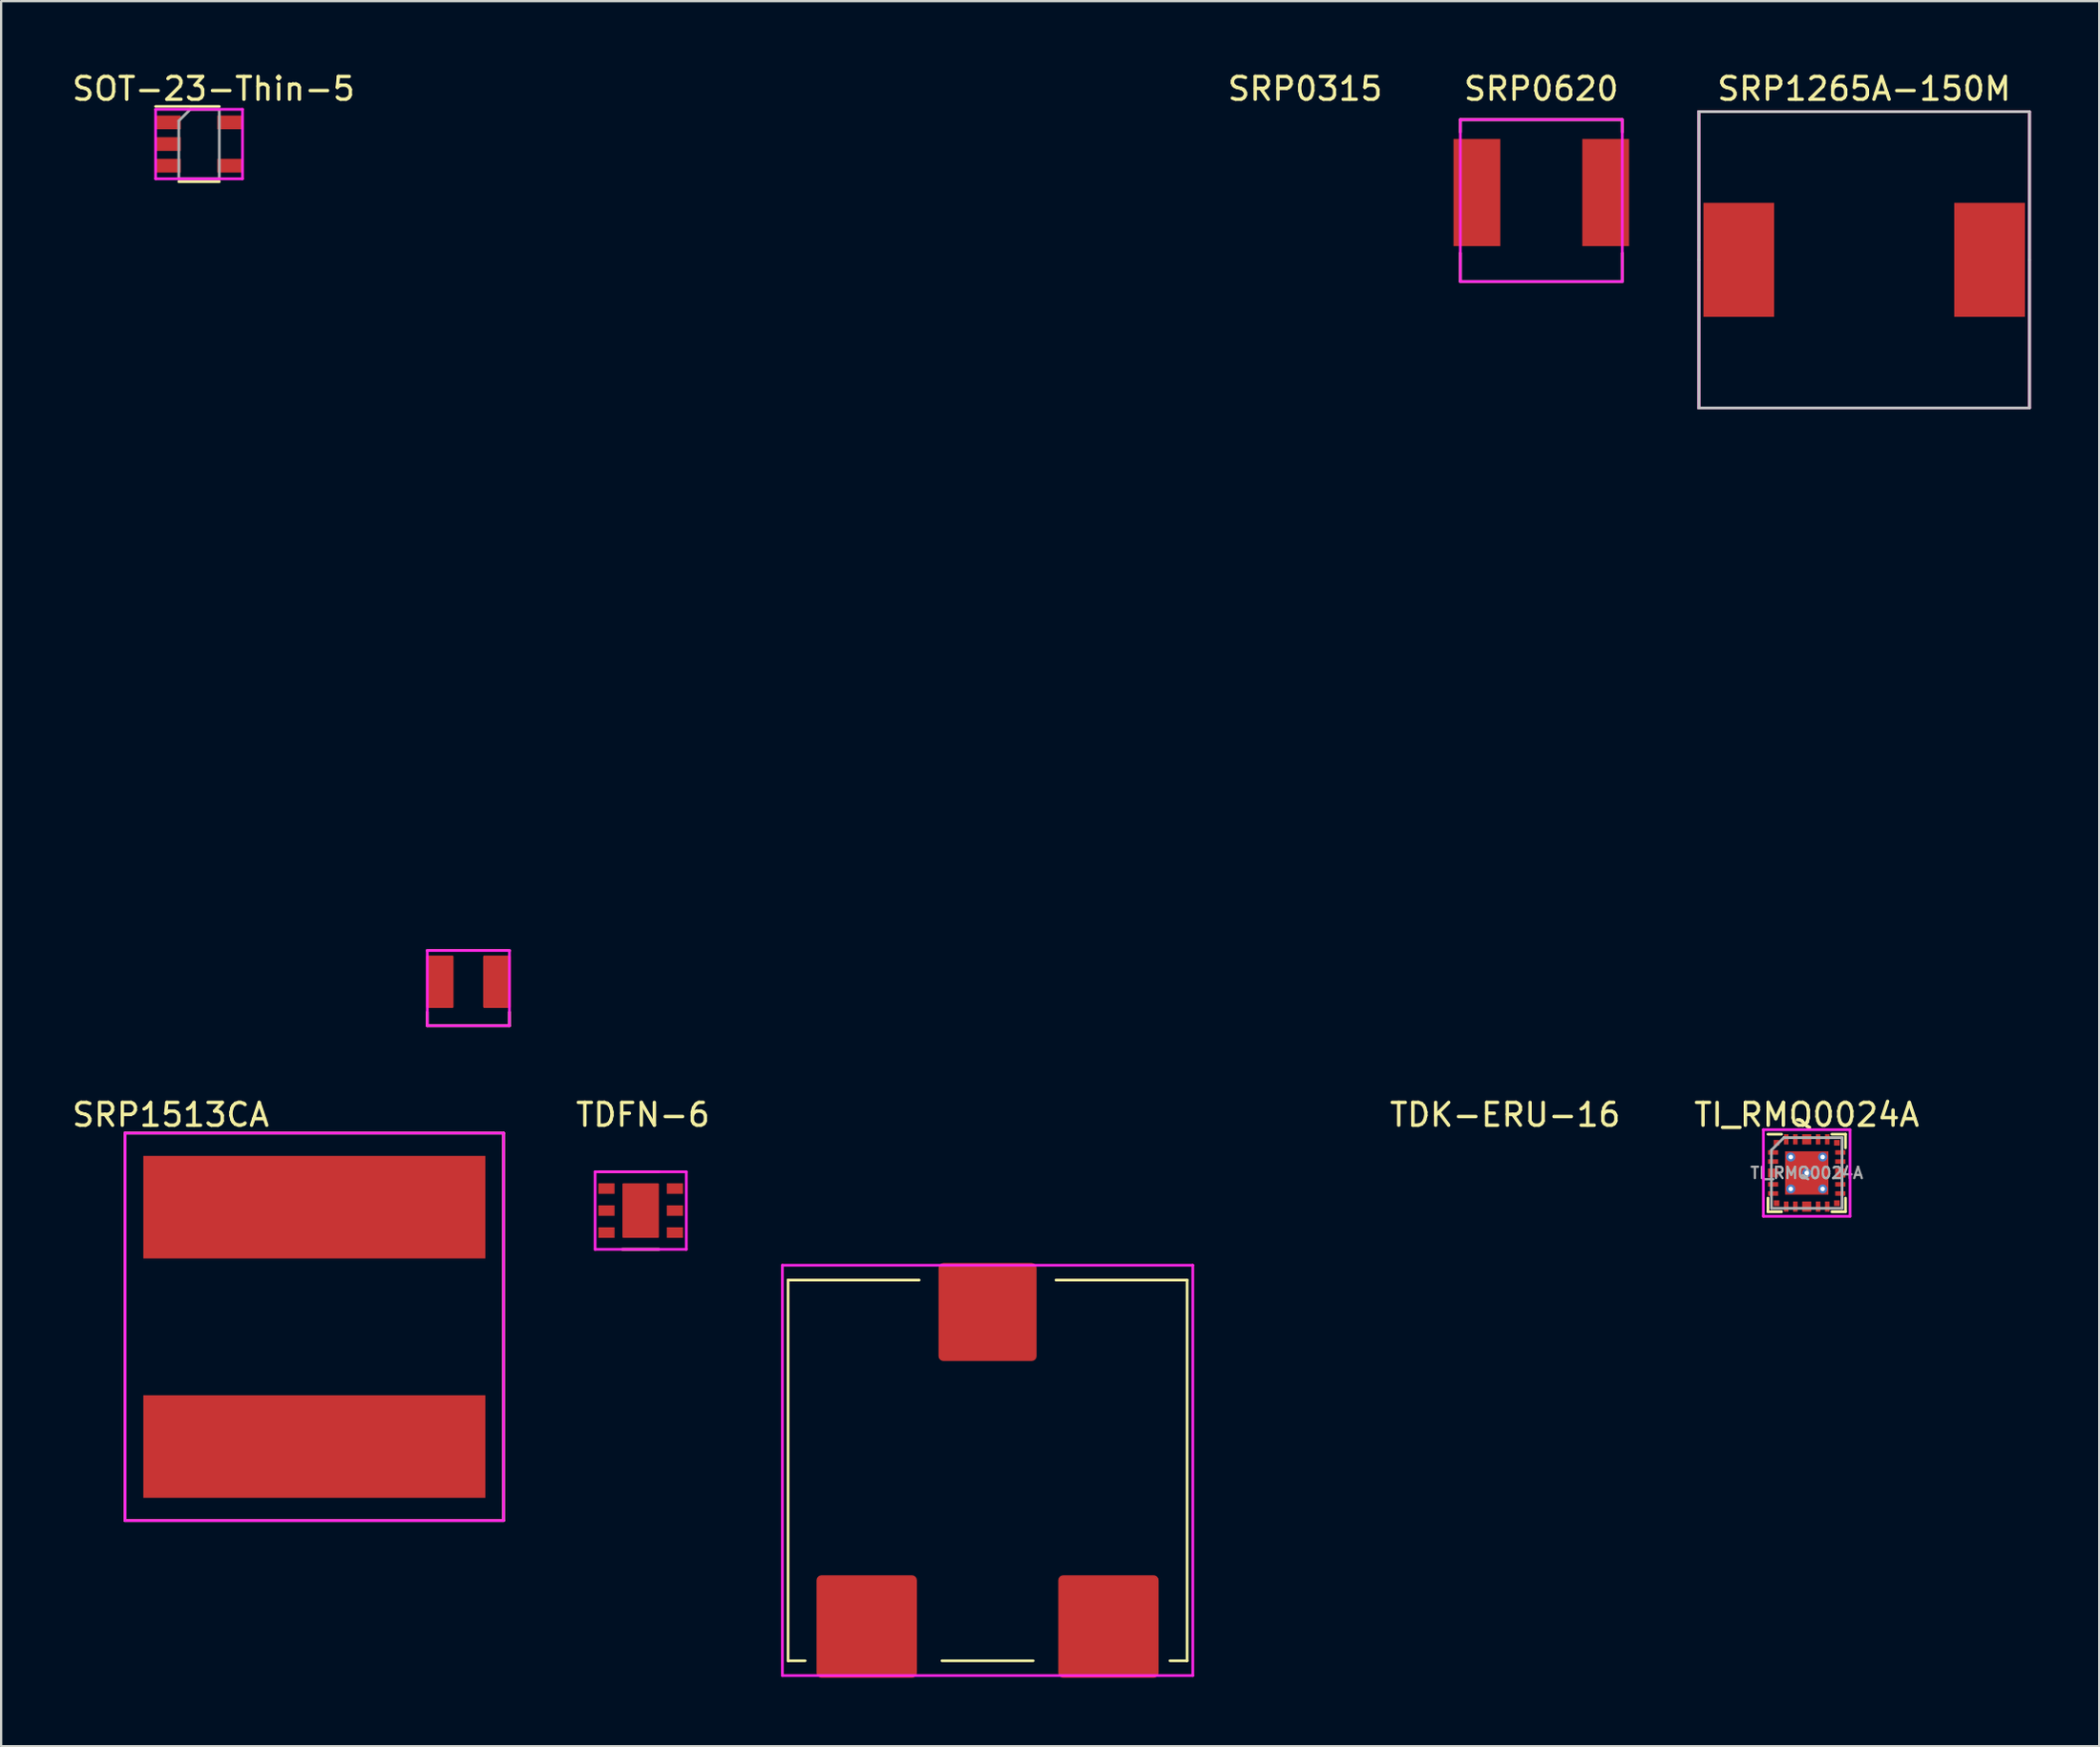
<source format=kicad_pcb>
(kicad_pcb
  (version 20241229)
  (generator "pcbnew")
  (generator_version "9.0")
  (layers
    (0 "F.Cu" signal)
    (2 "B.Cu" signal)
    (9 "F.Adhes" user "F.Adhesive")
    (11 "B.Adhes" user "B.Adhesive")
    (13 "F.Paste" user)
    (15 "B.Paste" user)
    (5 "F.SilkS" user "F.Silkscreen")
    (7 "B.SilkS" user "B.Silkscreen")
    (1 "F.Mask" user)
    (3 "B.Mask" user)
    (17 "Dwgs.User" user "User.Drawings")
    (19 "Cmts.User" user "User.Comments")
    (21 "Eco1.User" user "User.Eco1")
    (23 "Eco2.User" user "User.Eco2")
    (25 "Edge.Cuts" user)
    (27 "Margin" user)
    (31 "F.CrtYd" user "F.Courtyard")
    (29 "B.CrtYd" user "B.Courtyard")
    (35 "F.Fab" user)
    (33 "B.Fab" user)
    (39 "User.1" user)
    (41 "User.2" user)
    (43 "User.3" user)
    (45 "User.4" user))
  (footprint "SOT-23-Thin-5"
    (layer "F.Cu")
    (at 5.68 3.269)
    (property "Reference" "SOT-23-Thin-5" (at 0.635 -2.421 0) (layer "F.SilkS") (effects (font (size 1 1) (thickness 0.15))))
    (attr through_hole)
    (fp_line (start 0.889 -1.651) (end -1.905 -1.651) (stroke (width 0.12) (type solid)) (layer "F.SilkS"))
    (fp_line (start 0.889 1.651) (end -0.889 1.651) (stroke (width 0.12) (type solid)) (layer "F.SilkS"))
    (fp_line (start -1.905 -1.524) (end -1.905 1.524) (stroke (width 0.12) (type solid)) (layer "F.CrtYd"))
    (fp_line (start -1.905 1.524) (end 1.905 1.524) (stroke (width 0.12) (type solid)) (layer "F.CrtYd"))
    (fp_line (start 1.905 -1.524) (end -1.905 -1.524) (stroke (width 0.12) (type solid)) (layer "F.CrtYd"))
    (fp_line (start 1.905 1.524) (end 1.905 -1.524) (stroke (width 0.12) (type solid)) (layer "F.CrtYd"))
    (fp_line (start -0.889 -1.016) (end -0.381 -1.524) (stroke (width 0.12) (type solid)) (layer "F.Fab"))
    (fp_line (start -0.889 1.524) (end -0.889 -1.016) (stroke (width 0.12) (type solid)) (layer "F.Fab"))
    (fp_line (start -0.889 1.524) (end 0.889 1.524) (stroke (width 0.12) (type solid)) (layer "F.Fab"))
    (fp_line (start -0.381 -1.524) (end 0.889 -1.524) (stroke (width 0.12) (type solid)) (layer "F.Fab"))
    (fp_line (start 0.889 1.524) (end 0.889 -1.524) (stroke (width 0.12) (type solid)) (layer "F.Fab"))
    (pad "1" smd rect (at -1.35 -0.95) (size 1.1 0.6) (layers "F.Cu" "F.Mask" "F.Paste"))
    (pad "2" smd rect (at -1.35 0) (size 1.1 0.6) (layers "F.Cu" "F.Mask" "F.Paste"))
    (pad "3" smd rect (at -1.35 0.95) (size 1.1 0.6) (layers "F.Cu" "F.Mask" "F.Paste"))
    (pad "4" smd rect (at 1.35 0.95) (size 1.1 0.6) (layers "F.Cu" "F.Mask" "F.Paste"))
    (pad "5" smd rect (at 1.35 -0.95) (size 1.1 0.6) (layers "F.Cu" "F.Mask" "F.Paste")))
  (footprint "SRP0315"
    (layer "F.Cu")
    (at 17.491 40.248)
    (property "Reference" "SRP0315" (at 36.7 -39.4 0) (unlocked yes) (layer "F.SilkS") (effects (font (size 1 1) (thickness 0.15))))
    (attr smd)
    (fp_line (start -1.8 -1.6) (end 1.8 -1.6) (stroke (width 0.12) (type default)) (layer "F.SilkS"))
    (fp_line (start -1.8 1.7) (end -1.8 1.1) (stroke (width 0.12) (type default)) (layer "F.SilkS"))
    (fp_line (start 1.8 1.1) (end 1.8 1.7) (stroke (width 0.12) (type default)) (layer "F.SilkS"))
    (fp_line (start 1.8 1.7) (end -1.8 1.7) (stroke (width 0.12) (type default)) (layer "F.SilkS"))
    (fp_line (start -1.8 -1.6) (end -1.8 1.7) (stroke (width 0.12) (type default)) (layer "F.CrtYd"))
    (fp_line (start -1.8 1.7) (end 1.8 1.7) (stroke (width 0.12) (type default)) (layer "F.CrtYd"))
    (fp_line (start 1.8 -1.6) (end -1.8 -1.6) (stroke (width 0.12) (type default)) (layer "F.CrtYd"))
    (fp_line (start 1.8 1.7) (end 1.8 -1.6) (stroke (width 0.12) (type default)) (layer "F.CrtYd"))
    (pad "1" smd roundrect (at -1.25 -0.23) (size 1.2 2.3) (layers "F.Cu" "F.Mask" "F.Paste") (roundrect_rratio 0.042))
    (pad "2" smd roundrect (at 1.25 -0.23) (size 1.2 2.3) (layers "F.Cu" "F.Mask" "F.Paste") (roundrect_rratio 0.042)))
  (footprint "SRP1513CA"
    (layer "F.Cu")
    (at 10.735 55.157)
    (property "Reference" "SRP1513CA" (at -6.3 -9.3 0) (unlocked yes) (layer "F.SilkS") (effects (font (size 1 1) (thickness 0.15))))
    (attr smd)
    (fp_line (start -8.3 -8.5) (end -8.3 8.5) (stroke (width 0.12) (type solid)) (layer "F.SilkS"))
    (fp_line (start -8.3 8.5) (end 8.3 8.5) (stroke (width 0.12) (type solid)) (layer "F.SilkS"))
    (fp_line (start 8.3 -8.5) (end -8.3 -8.5) (stroke (width 0.12) (type solid)) (layer "F.SilkS"))
    (fp_line (start 8.3 8.5) (end 8.3 -8.5) (stroke (width 0.12) (type solid)) (layer "F.SilkS"))
    (fp_line (start -8.3 -8.5) (end -8.3 8.5) (stroke (width 0.12) (type solid)) (layer "F.CrtYd"))
    (fp_line (start -8.3 8.5) (end 8.3 8.5) (stroke (width 0.12) (type solid)) (layer "F.CrtYd"))
    (fp_line (start 8.3 -8.5) (end -8.3 -8.5) (stroke (width 0.12) (type solid)) (layer "F.CrtYd"))
    (fp_line (start 8.3 8.5) (end 8.3 -8.5) (stroke (width 0.12) (type solid)) (layer "F.CrtYd"))
    (pad "1" smd rect (at 0 -5.25) (size 15 4.5) (layers "F.Cu" "F.Mask" "F.Paste"))
    (pad "2" smd rect (at 0 5.25) (size 15 4.5) (layers "F.Cu" "F.Mask" "F.Paste")))
  (footprint "SRP0620"
    (layer "F.Cu")
    (at 64.547 5.398)
    (property "Reference" "SRP0620" (at 0 -4.55 0) (unlocked yes) (layer "F.SilkS") (effects (font (size 1 1) (thickness 0.15))))
    (attr smd)
    (fp_line (start -3.55 -3.2) (end -3.55 -2.65) (stroke (width 0.12) (type solid)) (layer "F.SilkS"))
    (fp_line (start -3.55 2.65) (end -3.55 3.9) (stroke (width 0.12) (type solid)) (layer "F.SilkS"))
    (fp_line (start -3.55 3.9) (end 3.55 3.9) (stroke (width 0.12) (type solid)) (layer "F.SilkS"))
    (fp_line (start 3.55 -3.2) (end -3.55 -3.2) (stroke (width 0.12) (type solid)) (layer "F.SilkS"))
    (fp_line (start 3.55 -3.2) (end 3.55 -2.65) (stroke (width 0.12) (type solid)) (layer "F.SilkS"))
    (fp_line (start 3.55 3.9) (end 3.55 2.65) (stroke (width 0.12) (type solid)) (layer "F.SilkS"))
    (fp_line (start -3.55 -3.2) (end 3.55 -3.2) (stroke (width 0.12) (type solid)) (layer "F.CrtYd"))
    (fp_line (start -3.55 3.9) (end -3.55 -3.2) (stroke (width 0.12) (type solid)) (layer "F.CrtYd"))
    (fp_line (start 3.55 -3.2) (end 3.55 3.9) (stroke (width 0.12) (type solid)) (layer "F.CrtYd"))
    (fp_line (start 3.55 3.9) (end -3.55 3.9) (stroke (width 0.12) (type solid)) (layer "F.CrtYd"))
    (pad "1" smd rect (at 2.825 0) (size 2.05 4.7) (layers "F.Cu" "F.Mask" "F.Paste"))
    (pad "2" smd rect (at -2.825 0) (size 2.05 4.7) (layers "F.Cu" "F.Mask" "F.Paste")))
  (footprint "SRP1265A-150M"
    (layer "F.Cu")
    (at 78.707 8.348)
    (property "Reference" "SRP1265A-150M" (at 0 -7.5 0) (layer "F.SilkS") (effects (font (size 1 1) (thickness 0.15))))
    (attr through_hole)
    (fp_line (start -7.25 -6.5) (end -7.25 6.5) (stroke (width 0.12) (type solid)) (layer "F.SilkS"))
    (fp_line (start -7.25 6.5) (end 7.25 6.5) (stroke (width 0.12) (type solid)) (layer "F.SilkS"))
    (fp_line (start 7.25 -6.5) (end -7.25 -6.5) (stroke (width 0.12) (type solid)) (layer "F.SilkS"))
    (fp_line (start 7.25 6.5) (end 7.25 -6.5) (stroke (width 0.12) (type solid)) (layer "F.SilkS"))
    (fp_line (start -7.25 -6.5) (end 7.25 -6.5) (stroke (width 0.12) (type solid)) (layer "Dwgs.User"))
    (fp_line (start -7.25 0) (end -7.25 -6.5) (stroke (width 0.12) (type solid)) (layer "Dwgs.User"))
    (fp_line (start -7.25 6.5) (end -7.25 0) (stroke (width 0.12) (type solid)) (layer "Dwgs.User"))
    (fp_line (start 7.25 0) (end 7.25 -6.5) (stroke (width 0.12) (type solid)) (layer "Dwgs.User"))
    (fp_line (start 7.25 0) (end 7.25 6.5) (stroke (width 0.12) (type solid)) (layer "Dwgs.User"))
    (fp_line (start 7.25 6.5) (end -7.25 6.5) (stroke (width 0.12) (type solid)) (layer "Dwgs.User"))
    (fp_line (start -7.25 -6.5) (end -7.25 6.5) (stroke (width 0.12) (type solid)) (layer "F.CrtYd"))
    (fp_line (start -7.25 6.5) (end 7.25 6.5) (stroke (width 0.12) (type solid)) (layer "F.CrtYd"))
    (fp_line (start 7.25 -6.5) (end -7.25 -6.5) (stroke (width 0.12) (type solid)) (layer "F.CrtYd"))
    (fp_line (start 7.25 6.5) (end 7.25 -6.5) (stroke (width 0.12) (type solid)) (layer "F.CrtYd"))
    (fp_line (start -7.25 -6.5) (end -7.25 6.5) (stroke (width 0.12) (type solid)) (layer "F.Fab"))
    (fp_line (start -7.25 6.5) (end 7.25 6.5) (stroke (width 0.12) (type solid)) (layer "F.Fab"))
    (fp_line (start 7.25 -6.5) (end -7.25 -6.5) (stroke (width 0.12) (type solid)) (layer "F.Fab"))
    (fp_line (start 7.25 6.5) (end 7.25 -6.5) (stroke (width 0.12) (type solid)) (layer "F.Fab"))
    (pad "1" smd rect (at -5.5 0) (size 3.1 5) (layers "F.Cu" "F.Mask" "F.Paste"))
    (pad "2" smd rect (at 5.5 0) (size 3.1 5) (layers "F.Cu" "F.Mask" "F.Paste")))
  (footprint "TDK-ERU-16"
    (layer "F.Cu")
    (at 40.262 61.456)
    (property "Reference" "TDK-ERU-16" (at 22.7 -15.6 0) (unlocked yes) (layer "F.SilkS") (effects (font (size 1 1) (thickness 0.15))))
    (attr smd)
    (fp_line (start -8.75 -8.35) (end -3 -8.35) (stroke (width 0.12) (type default)) (layer "F.SilkS"))
    (fp_line (start -8.75 8.35) (end -8.75 -8.35) (stroke (width 0.12) (type default)) (layer "F.SilkS"))
    (fp_line (start -8 8.35) (end -8.75 8.35) (stroke (width 0.12) (type default)) (layer "F.SilkS"))
    (fp_line (start 2 8.35) (end -2 8.35) (stroke (width 0.12) (type default)) (layer "F.SilkS"))
    (fp_line (start 3 -8.35) (end 8.75 -8.35) (stroke (width 0.12) (type default)) (layer "F.SilkS"))
    (fp_line (start 8.75 -8.35) (end 8.75 8.35) (stroke (width 0.12) (type default)) (layer "F.SilkS"))
    (fp_line (start 8.75 8.35) (end 8 8.35) (stroke (width 0.12) (type default)) (layer "F.SilkS"))
    (fp_line (start -9 -9) (end 9 -9) (stroke (width 0.12) (type default)) (layer "F.CrtYd"))
    (fp_line (start -9 9) (end -9 -9) (stroke (width 0.12) (type default)) (layer "F.CrtYd"))
    (fp_line (start 9 -9) (end 9 9) (stroke (width 0.12) (type default)) (layer "F.CrtYd"))
    (fp_line (start 9 9) (end -9 9) (stroke (width 0.12) (type default)) (layer "F.CrtYd"))
    (pad "1" smd roundrect (at -5.3 6.85) (size 4.4 4.5) (layers "F.Cu" "F.Mask" "F.Paste") (roundrect_rratio 0.05))
    (pad "2" smd roundrect (at 5.3 6.85) (size 4.4 4.5) (layers "F.Cu" "F.Mask" "F.Paste") (roundrect_rratio 0.05))
    (pad "3" smd roundrect (at 0 -6.95) (size 4.3 4.3) (layers "F.Cu" "F.Mask" "F.Paste") (roundrect_rratio 0.05)))
  (footprint "TDFN-6"
    (layer "F.Cu")
    (at 25.048 50.056)
    (property "Reference" "TDFN-6" (at 0.1 -4.2 0) (unlocked yes) (layer "F.SilkS") (effects (font (size 1 1) (thickness 0.15))))
    (attr smd)
    (fp_line (start 0.8 -1.7) (end -1.8 -1.7) (stroke (width 0.12) (type default)) (layer "F.SilkS"))
    (fp_line (start 0.8 1.7) (end -0.8 1.7) (stroke (width 0.12) (type default)) (layer "F.SilkS"))
    (fp_line (start -2 -1.7) (end 2 -1.7) (stroke (width 0.12) (type default)) (layer "F.CrtYd"))
    (fp_line (start -2 1.7) (end -2 -1.7) (stroke (width 0.12) (type default)) (layer "F.CrtYd"))
    (fp_line (start 2 -1.7) (end 2 1.7) (stroke (width 0.12) (type default)) (layer "F.CrtYd"))
    (fp_line (start 2 1.7) (end -2 1.7) (stroke (width 0.12) (type default)) (layer "F.CrtYd"))
    (pad "1" smd roundrect (at -1.5 -0.965) (size 0.71 0.46) (layers "F.Cu" "F.Mask" "F.Paste") (roundrect_rratio 0.024))
    (pad "2" smd roundrect (at -1.5 0) (size 0.71 0.46) (layers "F.Cu" "F.Mask" "F.Paste") (roundrect_rratio 0.024))
    (pad "3" smd roundrect (at -1.5 0.965) (size 0.71 0.46) (layers "F.Cu" "F.Mask" "F.Paste") (roundrect_rratio 0.024))
    (pad "4" smd roundrect (at 1.5 0.965) (size 0.71 0.46) (layers "F.Cu" "F.Mask" "F.Paste") (roundrect_rratio 0.024))
    (pad "5" smd roundrect (at 1.5 0) (size 0.71 0.46) (layers "F.Cu" "F.Mask" "F.Paste") (roundrect_rratio 0.024))
    (pad "6" smd roundrect (at 1.5 -0.965) (size 0.71 0.46) (layers "F.Cu" "F.Mask" "F.Paste") (roundrect_rratio 0.024))
    (pad "7" smd roundrect (at 0 0) (size 1.6 2.39) (layers "F.Cu" "F.Mask" "F.Paste") (roundrect_rratio 0.024)))
  (footprint "TI_RMQ0024A"
    (layer "F.Cu")
    (at 76.188 48.407)
    (property "Reference" "TI_RMQ0024A" (at 0 -2.55 0) (layer "F.SilkS") (effects (font (size 1 1) (thickness 0.15))))
    (attr smd)
    (fp_line (start -1.7 1.7) (end -1.7 1.1) (stroke (width 0.12) (type solid)) (layer "F.SilkS"))
    (fp_line (start -1.1 -1.7) (end -1.7 -1.7) (stroke (width 0.12) (type solid)) (layer "F.SilkS"))
    (fp_line (start -1.1 1.7) (end -1.7 1.7) (stroke (width 0.12) (type solid)) (layer "F.SilkS"))
    (fp_line (start 1.1 -1.7) (end 1.7 -1.7) (stroke (width 0.12) (type solid)) (layer "F.SilkS"))
    (fp_line (start 1.7 -1.7) (end 1.7 -1.1) (stroke (width 0.12) (type solid)) (layer "F.SilkS"))
    (fp_line (start 1.7 1.1) (end 1.7 1.7) (stroke (width 0.12) (type solid)) (layer "F.SilkS"))
    (fp_line (start 1.7 1.7) (end 1.1 1.7) (stroke (width 0.12) (type solid)) (layer "F.SilkS"))
    (fp_line (start -1.9 -1.9) (end 1.9 -1.9) (stroke (width 0.12) (type solid)) (layer "F.CrtYd"))
    (fp_line (start -1.9 1.9) (end -1.9 -1.9) (stroke (width 0.12) (type solid)) (layer "F.CrtYd"))
    (fp_line (start 1.9 -1.9) (end 1.9 1.9) (stroke (width 0.12) (type solid)) (layer "F.CrtYd"))
    (fp_line (start 1.9 1.9) (end -1.9 1.9) (stroke (width 0.12) (type solid)) (layer "F.CrtYd"))
    (fp_line (start -1.55 -1) (end -1 -1.55) (stroke (width 0.12) (type solid)) (layer "F.Fab"))
    (fp_line (start -1.55 1.55) (end -1.55 -1) (stroke (width 0.12) (type solid)) (layer "F.Fab"))
    (fp_line (start -1 -1.55) (end 1.55 -1.55) (stroke (width 0.12) (type solid)) (layer "F.Fab"))
    (fp_line (start 1.55 -1.55) (end 1.55 1.55) (stroke (width 0.12) (type solid)) (layer "F.Fab"))
    (fp_line (start 1.55 1.55) (end -1.55 1.55) (stroke (width 0.12) (type solid)) (layer "F.Fab"))
    (fp_text user "${REFERENCE}" (at 0 0 0) (layer "F.Fab") (effects (font (size 0.5 0.5) (thickness 0.1))))
    (pad "" smd rect (at 0 0) (size 1.71 1.71) (layers "F.Cu" "F.Paste"))
    (pad "1" smd rect (at -1.475 -0.9) (size 0.45 0.2) (layers "F.Cu" "F.Mask" "F.Paste"))
    (pad "2" smd rect (at -1.475 -0.5) (size 0.45 0.2) (layers "F.Cu" "F.Mask" "F.Paste"))
    (pad "3" smd rect (at -1.475 0 270) (size 0.4 0.45) (layers "F.Cu" "F.Mask" "F.Paste"))
    (pad "4" smd rect (at -1.475 0.5) (size 0.45 0.2) (layers "F.Cu" "F.Mask" "F.Paste"))
    (pad "5" smd rect (at -1.475 0.9) (size 0.45 0.2) (layers "F.Cu" "F.Mask" "F.Paste"))
    (pad "6" smd rect (at -1.325 1.325) (size 0.25 0.25) (layers "F.Cu" "F.Mask" "F.Paste"))
    (pad "7" smd rect (at -0.9 1.475 270) (size 0.45 0.2) (layers "F.Cu" "F.Mask" "F.Paste"))
    (pad "8" smd rect (at -0.5 1.475 270) (size 0.45 0.2) (layers "F.Cu" "F.Mask" "F.Paste"))
    (pad "9" smd rect (at 0 1.475) (size 0.4 0.45) (layers "F.Cu" "F.Mask" "F.Paste"))
    (pad "10" smd rect (at 0.5 1.475 270) (size 0.45 0.2) (layers "F.Cu" "F.Mask" "F.Paste"))
    (pad "11" smd rect (at 0.9 1.475 270) (size 0.45 0.2) (layers "F.Cu" "F.Mask" "F.Paste"))
    (pad "12" smd rect (at 1.325 1.325) (size 0.25 0.25) (layers "F.Cu" "F.Mask" "F.Paste"))
    (pad "13" smd rect (at 1.475 0.9) (size 0.45 0.2) (layers "F.Cu" "F.Mask" "F.Paste"))
    (pad "14" smd rect (at 1.475 0.5) (size 0.45 0.2) (layers "F.Cu" "F.Mask" "F.Paste"))
    (pad "15" smd rect (at 1.475 0 270) (size 0.4 0.45) (layers "F.Cu" "F.Mask" "F.Paste"))
    (pad "16" smd rect (at 1.475 -0.5) (size 0.45 0.2) (layers "F.Cu" "F.Mask" "F.Paste"))
    (pad "17" smd rect (at 1.475 -0.9) (size 0.45 0.2) (layers "F.Cu" "F.Mask" "F.Paste"))
    (pad "18" smd rect (at 1.325 -1.325) (size 0.25 0.25) (layers "F.Cu" "F.Mask" "F.Paste"))
    (pad "19" smd rect (at 0.9 -1.475 270) (size 0.45 0.2) (layers "F.Cu" "F.Mask" "F.Paste"))
    (pad "20" smd rect (at 0.5 -1.475 270) (size 0.45 0.2) (layers "F.Cu" "F.Mask" "F.Paste"))
    (pad "21" smd rect (at 0 -1.475) (size 0.4 0.45) (layers "F.Cu" "F.Mask" "F.Paste"))
    (pad "22" smd rect (at -0.5 -1.475 270) (size 0.45 0.2) (layers "F.Cu" "F.Mask" "F.Paste"))
    (pad "23" smd rect (at -0.9 -1.475 270) (size 0.45 0.2) (layers "F.Cu" "F.Mask" "F.Paste"))
    (pad "24" smd rect (at -1.325 -1.325) (size 0.25 0.25) (layers "F.Cu" "F.Mask" "F.Paste"))
    (pad "25" thru_hole circle (at -0.7 -0.7) (size 0.4 0.4) (drill 0.2) (layers "*.Cu" "*.Mask"))
    (pad "25" thru_hole circle (at -0.7 0.7) (size 0.4 0.4) (drill 0.2) (layers "*.Cu" "*.Mask"))
    (pad "25" thru_hole circle (at 0 0) (size 0.4 0.4) (drill 0.2) (layers "*.Cu" "*.Mask"))
    (pad "25" smd rect (at 0 0) (size 1.9 1.9) (layers "F.Cu" "F.Mask"))
    (pad "25" thru_hole circle (at 0.7 -0.7) (size 0.4 0.4) (drill 0.2) (layers "*.Cu" "*.Mask"))
    (pad "25" thru_hole circle (at 0.7 0.7) (size 0.4 0.4) (drill 0.2) (layers "*.Cu" "*.Mask")))
  (gr_rect
    (start -3 -3)
    (end 89.017 73.556)
    (stroke (width 0.1) (type default))
    (fill no)
    (layer "Edge.Cuts")))
</source>
